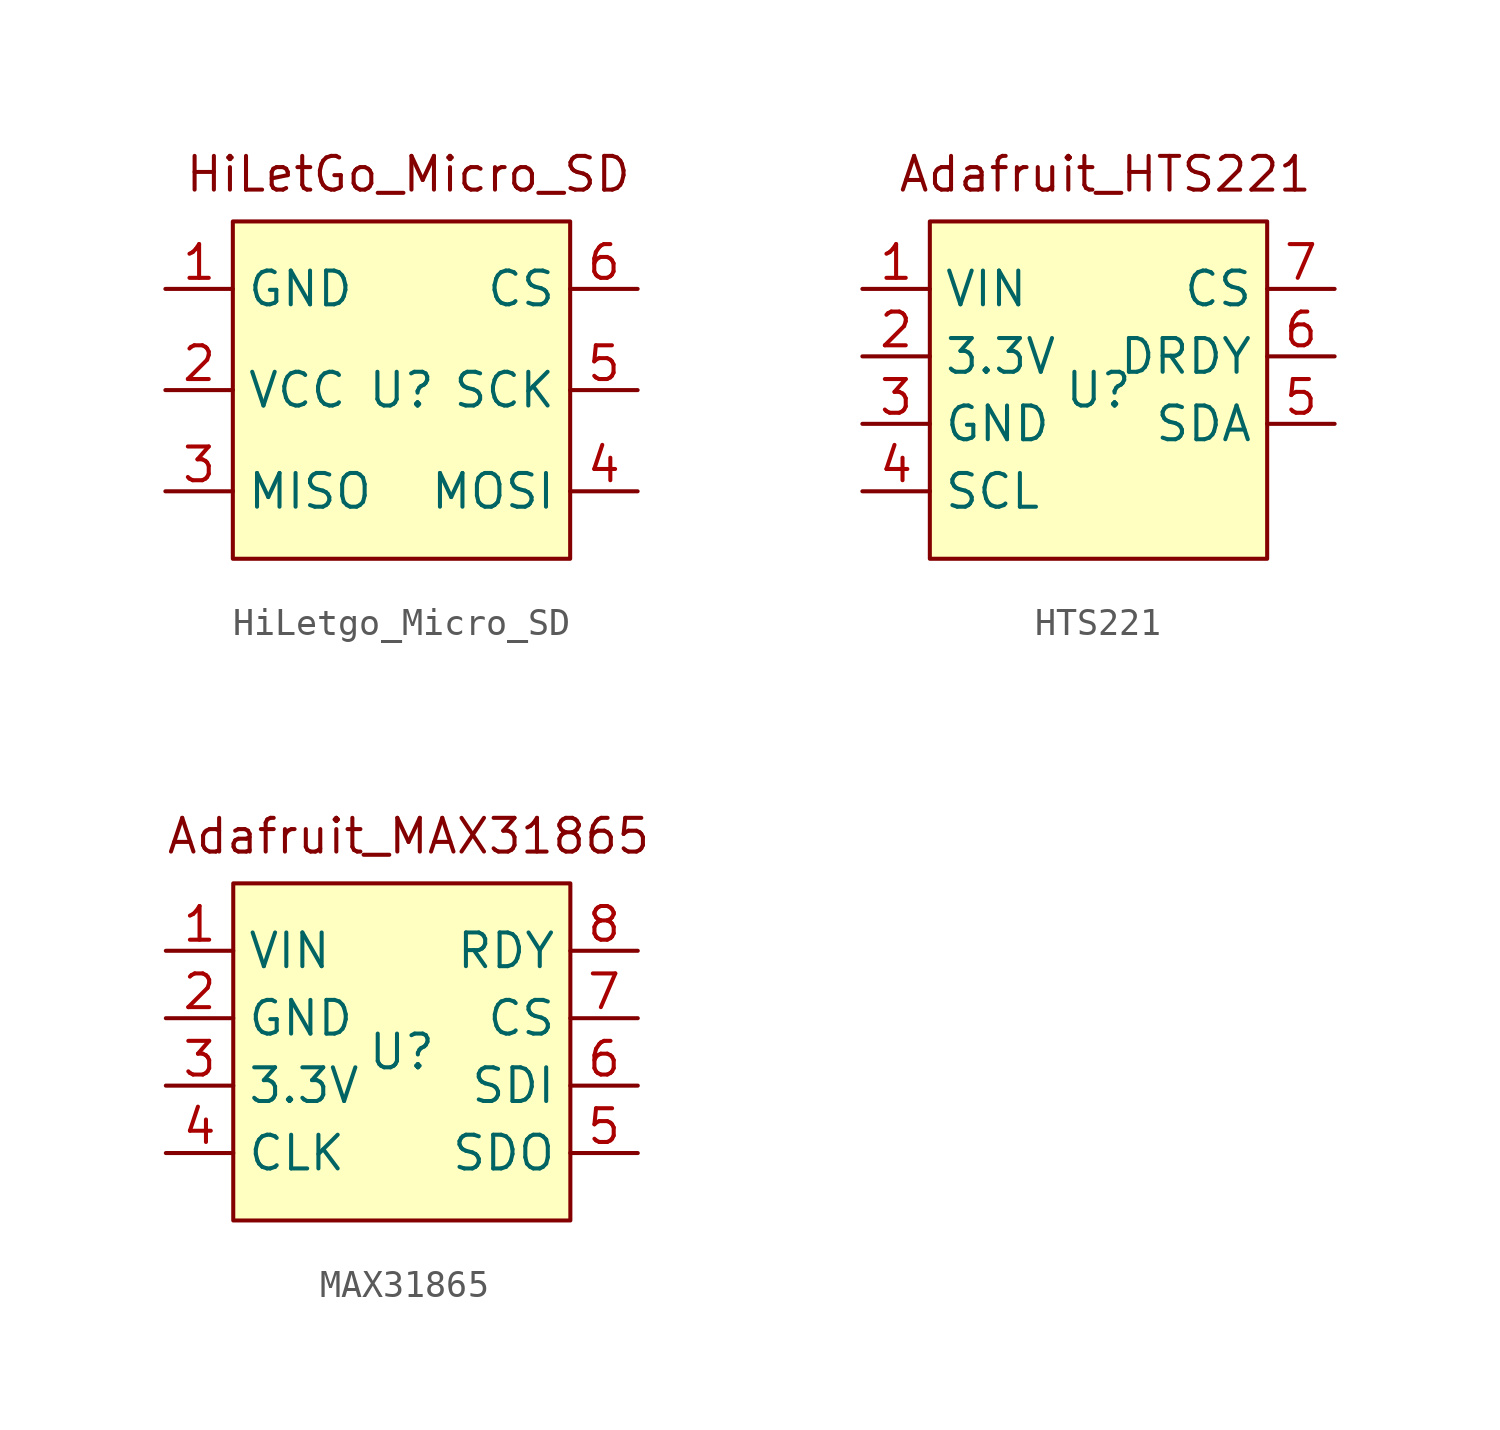
<source format=kicad_sym>
(kicad_symbol_lib
  (version 20241209)
  (generator "kicad_symbol_editor")
  (generator_version "9.0")
  (symbol "HiLetgo_Micro_SD"
    (property "Reference" "U"
      (at 0 0 0)
      (effects (font (size 1.27 1.27))))
    (property "Value" ""
      (at 0 0 0)
      (effects (font (size 1.27 1.27))))
    (symbol "HiLetgo_Micro_SD_1_1"
      (rectangle (start -6.35 6.35) (end 6.35 -6.35) (stroke (width 0) (type solid)) (fill (type background)))
      (text "HiLetGo_Micro_SD" (at 0.254 8.128 0) (effects (font (size 1.27 1.27))))
      (pin input line (at -8.89 3.81 0) (length 2.54) (name "GND" (effects (font (size 1.27 1.27)))) (number "1" (effects (font (size 1.27 1.27)))))
      (pin input line (at -8.89 0 0) (length 2.54) (name "VCC" (effects (font (size 1.27 1.27)))) (number "2" (effects (font (size 1.27 1.27)))))
      (pin input line (at -8.89 -3.81 0) (length 2.54) (name "MISO" (effects (font (size 1.27 1.27)))) (number "3" (effects (font (size 1.27 1.27)))))
      (pin input line (at 8.89 3.81 180) (length 2.54) (name "CS" (effects (font (size 1.27 1.27)))) (number "6" (effects (font (size 1.27 1.27)))))
      (pin input line (at 8.89 0 180) (length 2.54) (name "SCK" (effects (font (size 1.27 1.27)))) (number "5" (effects (font (size 1.27 1.27)))))
      (pin input line (at 8.89 -3.81 180) (length 2.54) (name "MOSI" (effects (font (size 1.27 1.27)))) (number "4" (effects (font (size 1.27 1.27)))))))
  (symbol "HTS221"
    (property "Reference" "U"
      (at 0 0 0)
      (effects (font (size 1.27 1.27))))
    (property "Value" ""
      (at 0 0 0)
      (effects (font (size 1.27 1.27))))
    (symbol "HTS221_1_1"
      (rectangle (start -6.35 6.35) (end 6.35 -6.35) (stroke (width 0) (type solid)) (fill (type background)))
      (text "Adafruit_HTS221" (at 0.254 8.128 0) (effects (font (size 1.27 1.27))))
      (pin input line (at -8.89 3.81 0) (length 2.54) (name "VIN" (effects (font (size 1.27 1.27)))) (number "1" (effects (font (size 1.27 1.27)))))
      (pin input line (at -8.89 1.27 0) (length 2.54) (name "3.3V" (effects (font (size 1.27 1.27)))) (number "2" (effects (font (size 1.27 1.27)))))
      (pin input line (at -8.89 -1.27 0) (length 2.54) (name "GND" (effects (font (size 1.27 1.27)))) (number "3" (effects (font (size 1.27 1.27)))))
      (pin input line (at -8.89 -3.81 0) (length 2.54) (name "SCL" (effects (font (size 1.27 1.27)))) (number "4" (effects (font (size 1.27 1.27)))))
      (pin input line (at 8.89 3.81 180) (length 2.54) (name "CS" (effects (font (size 1.27 1.27)))) (number "7" (effects (font (size 1.27 1.27)))))
      (pin input line (at 8.89 1.27 180) (length 2.54) (name "DRDY" (effects (font (size 1.27 1.27)))) (number "6" (effects (font (size 1.27 1.27)))))
      (pin input line (at 8.89 -1.27 180) (length 2.54) (name "SDA" (effects (font (size 1.27 1.27)))) (number "5" (effects (font (size 1.27 1.27)))))))
  (symbol "MAX31865"
    (property "Reference" "U"
      (at 0 0 0)
      (effects (font (size 1.27 1.27))))
    (property "Value" ""
      (at 0 0 0)
      (effects (font (size 1.27 1.27))))
    (symbol "MAX31865_1_1"
      (rectangle (start -6.35 6.35) (end 6.35 -6.35) (stroke (width 0) (type solid)) (fill (type background)))
      (text "Adafruit_MAX31865" (at 0.254 8.128 0) (effects (font (size 1.27 1.27))))
      (pin input line (at -8.89 3.81 0) (length 2.54) (name "VIN" (effects (font (size 1.27 1.27)))) (number "1" (effects (font (size 1.27 1.27)))))
      (pin input line (at -8.89 1.27 0) (length 2.54) (name "GND" (effects (font (size 1.27 1.27)))) (number "2" (effects (font (size 1.27 1.27)))))
      (pin input line (at -8.89 -1.27 0) (length 2.54) (name "3.3V" (effects (font (size 1.27 1.27)))) (number "3" (effects (font (size 1.27 1.27)))))
      (pin input line (at -8.89 -3.81 0) (length 2.54) (name "CLK" (effects (font (size 1.27 1.27)))) (number "4" (effects (font (size 1.27 1.27)))))
      (pin input line (at 8.89 3.81 180) (length 2.54) (name "RDY" (effects (font (size 1.27 1.27)))) (number "8" (effects (font (size 1.27 1.27)))))
      (pin input line (at 8.89 1.27 180) (length 2.54) (name "CS" (effects (font (size 1.27 1.27)))) (number "7" (effects (font (size 1.27 1.27)))))
      (pin input line (at 8.89 -1.27 180) (length 2.54) (name "SDI" (effects (font (size 1.27 1.27)))) (number "6" (effects (font (size 1.27 1.27)))))
      (pin input line (at 8.89 -3.81 180) (length 2.54) (name "SDO" (effects (font (size 1.27 1.27)))) (number "5" (effects (font (size 1.27 1.27))))))))
</source>
